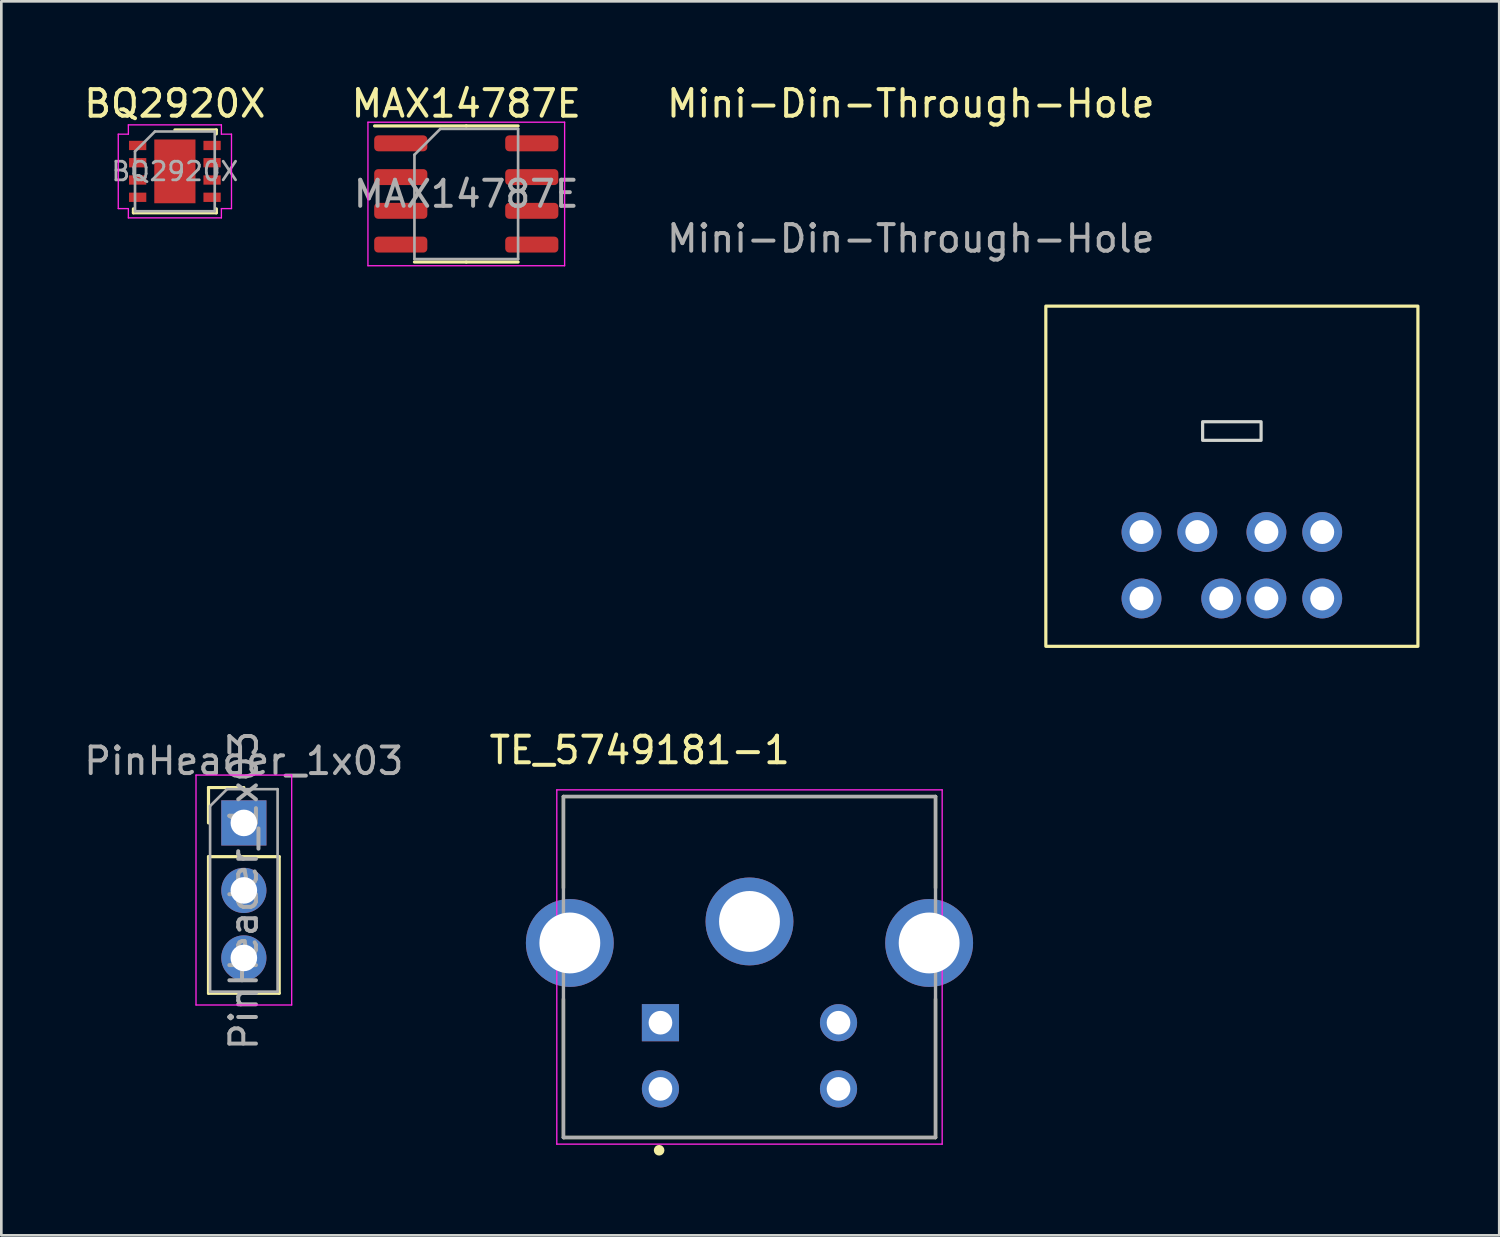
<source format=kicad_pcb>
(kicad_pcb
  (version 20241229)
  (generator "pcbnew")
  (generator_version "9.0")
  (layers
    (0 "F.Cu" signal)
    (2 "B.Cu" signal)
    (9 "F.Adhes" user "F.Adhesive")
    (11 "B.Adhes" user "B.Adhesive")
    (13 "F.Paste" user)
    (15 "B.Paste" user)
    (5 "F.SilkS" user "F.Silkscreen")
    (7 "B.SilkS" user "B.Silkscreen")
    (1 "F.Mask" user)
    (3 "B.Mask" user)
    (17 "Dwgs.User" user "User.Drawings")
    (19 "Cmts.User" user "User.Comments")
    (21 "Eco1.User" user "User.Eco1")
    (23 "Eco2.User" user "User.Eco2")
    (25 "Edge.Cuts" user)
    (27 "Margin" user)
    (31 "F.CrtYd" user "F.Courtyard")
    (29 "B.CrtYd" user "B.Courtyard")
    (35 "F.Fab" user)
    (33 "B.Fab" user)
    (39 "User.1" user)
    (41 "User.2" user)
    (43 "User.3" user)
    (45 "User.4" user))
  (footprint "TE_5749181-1"
    (layer "F.Cu")
    (at 25.15 35.43)
    (property "Reference" "TE_5749181-1" (at -4.132 -10.254 0) (layer "F.SilkS") (effects (font (size 1 1) (thickness 0.15))))
    (attr through_hole)
    (fp_line (start -7 -8.51) (end 7 -8.51) (stroke (width 0.127) (type solid)) (layer "F.SilkS"))
    (fp_line (start -7 -5.07) (end -7 -8.51) (stroke (width 0.127) (type solid)) (layer "F.SilkS"))
    (fp_line (start -7 -0.89) (end -7 4.32) (stroke (width 0.127) (type solid)) (layer "F.SilkS"))
    (fp_line (start -6.97 4.32) (end -7 4.32) (stroke (width 0.127) (type solid)) (layer "F.SilkS"))
    (fp_line (start 7 -5.07) (end 7 -8.51) (stroke (width 0.127) (type solid)) (layer "F.SilkS"))
    (fp_line (start 7 -0.89) (end 7 4.32) (stroke (width 0.127) (type solid)) (layer "F.SilkS"))
    (fp_line (start 7 4.32) (end -6.97 4.32) (stroke (width 0.127) (type solid)) (layer "F.SilkS"))
    (fp_circle (center -3.4 4.8) (end -3.3 4.8) (stroke (width 0.2) (type solid)) (fill no) (layer "F.SilkS"))
    (fp_line (start -7.25 -8.76) (end 7.25 -8.76) (stroke (width 0.05) (type solid)) (layer "F.CrtYd"))
    (fp_line (start -7.25 4.57) (end -7.25 -8.76) (stroke (width 0.05) (type solid)) (layer "F.CrtYd"))
    (fp_line (start 7.25 -8.76) (end 7.25 4.57) (stroke (width 0.05) (type solid)) (layer "F.CrtYd"))
    (fp_line (start 7.25 4.57) (end -7.25 4.57) (stroke (width 0.05) (type solid)) (layer "F.CrtYd"))
    (fp_line (start -7 -8.51) (end 7 -8.51) (stroke (width 0.127) (type solid)) (layer "F.Fab"))
    (fp_line (start -7 4.32) (end -7 -8.51) (stroke (width 0.127) (type solid)) (layer "F.Fab"))
    (fp_line (start 7 -8.51) (end 7 4.32) (stroke (width 0.127) (type solid)) (layer "F.Fab"))
    (fp_line (start 7 4.32) (end -7 4.32) (stroke (width 0.127) (type solid)) (layer "F.Fab"))
    (pad "1" thru_hole rect (at -3.35 0) (size 1.398 1.398) (drill 0.89) (layers "*.Cu" "*.Mask"))
    (pad "2" thru_hole circle (at 3.35 0) (size 1.398 1.398) (drill 0.89) (layers "*.Cu" "*.Mask"))
    (pad "3" thru_hole circle (at -3.35 2.49) (size 1.398 1.398) (drill 0.89) (layers "*.Cu" "*.Mask"))
    (pad "4" thru_hole circle (at 3.35 2.49) (size 1.398 1.398) (drill 0.89) (layers "*.Cu" "*.Mask"))
    (pad "5" thru_hole circle (at -6.76 -3) (size 3.306 3.306) (drill 2.29) (layers "*.Cu" "*.Mask"))
    (pad "5" thru_hole circle (at 0 -3.81) (size 3.306 3.306) (drill 2.29) (layers "*.Cu" "*.Mask"))
    (pad "5" thru_hole circle (at 6.76 -3) (size 3.306 3.306) (drill 2.29) (layers "*.Cu" "*.Mask")))
  (footprint "MAX14787E"
    (layer "F.Cu")
    (at 14.494 4.248)
    (property "Reference" "MAX14787E" (at 0 -3.4 0) (layer "F.SilkS") (effects (font (size 1 1) (thickness 0.15))))
    (attr smd)
    (fp_line (start 0 -2.56) (end -3.45 -2.56) (stroke (width 0.12) (type solid)) (layer "F.SilkS"))
    (fp_line (start 0 -2.56) (end 1.95 -2.56) (stroke (width 0.12) (type solid)) (layer "F.SilkS"))
    (fp_line (start 0 2.56) (end -1.95 2.56) (stroke (width 0.12) (type solid)) (layer "F.SilkS"))
    (fp_line (start 0 2.56) (end 1.95 2.56) (stroke (width 0.12) (type solid)) (layer "F.SilkS"))
    (fp_line (start -3.7 -2.7) (end -3.7 2.7) (stroke (width 0.05) (type solid)) (layer "F.CrtYd"))
    (fp_line (start -3.7 2.7) (end 3.7 2.7) (stroke (width 0.05) (type solid)) (layer "F.CrtYd"))
    (fp_line (start 3.7 -2.7) (end -3.7 -2.7) (stroke (width 0.05) (type solid)) (layer "F.CrtYd"))
    (fp_line (start 3.7 2.7) (end 3.7 -2.7) (stroke (width 0.05) (type solid)) (layer "F.CrtYd"))
    (fp_line (start -1.95 -1.475) (end -0.975 -2.45) (stroke (width 0.1) (type solid)) (layer "F.Fab"))
    (fp_line (start -1.95 2.45) (end -1.95 -1.475) (stroke (width 0.1) (type solid)) (layer "F.Fab"))
    (fp_line (start -0.975 -2.45) (end 1.95 -2.45) (stroke (width 0.1) (type solid)) (layer "F.Fab"))
    (fp_line (start 1.95 -2.45) (end 1.95 2.45) (stroke (width 0.1) (type solid)) (layer "F.Fab"))
    (fp_line (start 1.95 2.45) (end -1.95 2.45) (stroke (width 0.1) (type solid)) (layer "F.Fab"))
    (fp_text user "${REFERENCE}" (at 0 0 0) (layer "F.Fab") (effects (font (size 0.98 0.98) (thickness 0.15))))
    (pad "1" smd roundrect (at -2.465 -1.905) (size 2 0.6) (layers "F.Cu" "F.Mask" "F.Paste") (roundrect_rratio 0.25))
    (pad "2" smd roundrect (at -2.465 -0.635) (size 2 0.6) (layers "F.Cu" "F.Mask" "F.Paste") (roundrect_rratio 0.25))
    (pad "3" smd roundrect (at -2.465 0.635) (size 2 0.6) (layers "F.Cu" "F.Mask" "F.Paste") (roundrect_rratio 0.25))
    (pad "4" smd roundrect (at -2.465 1.905) (size 2 0.6) (layers "F.Cu" "F.Mask" "F.Paste") (roundrect_rratio 0.25))
    (pad "5" smd roundrect (at 2.465 1.905) (size 2 0.6) (layers "F.Cu" "F.Mask" "F.Paste") (roundrect_rratio 0.25))
    (pad "6" smd roundrect (at 2.465 0.635) (size 2 0.6) (layers "F.Cu" "F.Mask" "F.Paste") (roundrect_rratio 0.25))
    (pad "7" smd roundrect (at 2.465 -0.635) (size 2 0.6) (layers "F.Cu" "F.Mask" "F.Paste") (roundrect_rratio 0.25))
    (pad "8" smd roundrect (at 2.465 -1.905) (size 2 0.6) (layers "F.Cu" "F.Mask" "F.Paste") (roundrect_rratio 0.25)))
  (footprint "PinHeader_1x03"
    (layer "F.Cu")
    (at 6.125 27.913)
    (property "Reference" "PinHeader_1x03" (at 0 -2.33 0) (layer "F.Fab") (effects (font (size 1 1) (thickness 0.15))))
    (attr through_hole)
    (fp_line (start -1.33 -1.33) (end 0 -1.33) (stroke (width 0.12) (type solid)) (layer "F.SilkS"))
    (fp_line (start -1.33 0) (end -1.33 -1.33) (stroke (width 0.12) (type solid)) (layer "F.SilkS"))
    (fp_line (start -1.33 1.27) (end -1.33 6.41) (stroke (width 0.12) (type solid)) (layer "F.SilkS"))
    (fp_line (start -1.33 1.27) (end 1.33 1.27) (stroke (width 0.12) (type solid)) (layer "F.SilkS"))
    (fp_line (start -1.33 6.41) (end 1.33 6.41) (stroke (width 0.12) (type solid)) (layer "F.SilkS"))
    (fp_line (start 1.33 1.27) (end 1.33 6.41) (stroke (width 0.12) (type solid)) (layer "F.SilkS"))
    (fp_line (start -1.8 -1.8) (end -1.8 6.85) (stroke (width 0.05) (type solid)) (layer "F.CrtYd"))
    (fp_line (start -1.8 6.85) (end 1.8 6.85) (stroke (width 0.05) (type solid)) (layer "F.CrtYd"))
    (fp_line (start 1.8 -1.8) (end -1.8 -1.8) (stroke (width 0.05) (type solid)) (layer "F.CrtYd"))
    (fp_line (start 1.8 6.85) (end 1.8 -1.8) (stroke (width 0.05) (type solid)) (layer "F.CrtYd"))
    (fp_line (start -1.27 -0.635) (end -0.635 -1.27) (stroke (width 0.1) (type solid)) (layer "F.Fab"))
    (fp_line (start -1.27 6.35) (end -1.27 -0.635) (stroke (width 0.1) (type solid)) (layer "F.Fab"))
    (fp_line (start -0.635 -1.27) (end 1.27 -1.27) (stroke (width 0.1) (type solid)) (layer "F.Fab"))
    (fp_line (start 1.27 -1.27) (end 1.27 6.35) (stroke (width 0.1) (type solid)) (layer "F.Fab"))
    (fp_line (start 1.27 6.35) (end -1.27 6.35) (stroke (width 0.1) (type solid)) (layer "F.Fab"))
    (fp_text user "${REFERENCE}" (at 0 2.54 90) (layer "F.Fab") (effects (font (size 1 1) (thickness 0.15))))
    (pad "1" thru_hole rect (at 0 0) (size 1.7 1.7) (drill 1) (layers "*.Cu" "*.Mask"))
    (pad "2" thru_hole oval (at 0 2.54) (size 1.7 1.7) (drill 1) (layers "*.Cu" "*.Mask"))
    (pad "3" thru_hole oval (at 0 5.08) (size 1.7 1.7) (drill 1) (layers "*.Cu" "*.Mask")))
  (footprint "Mini-Din-Through-Hole"
    (layer "F.Cu")
    (at 36.3 8.468)
    (property "Reference" "Mini-Din-Through-Hole" (at -5.08 -7.62 0) (unlocked yes) (layer "F.SilkS") (effects (font (size 1 1) (thickness 0.15))))
    (attr through_hole)
    (fp_rect (start 0 0) (end 14 12.8) (stroke (width 0.12) (type solid)) (fill no) (layer "F.SilkS"))
    (fp_rect (start 5.9 4.35) (end 8.1 5.05) (stroke (width 0.12) (type solid)) (fill no) (layer "Edge.Cuts"))
    (fp_text user "${REFERENCE}" (at -5.08 -2.54 0) (unlocked yes) (layer "F.Fab") (effects (font (size 1 1) (thickness 0.15))))
    (pad "1" thru_hole circle (at 8.3 8.5) (size 1.5 1.5) (drill 0.9) (layers "*.Cu" "*.Mask"))
    (pad "2" thru_hole circle (at 5.7 8.5) (size 1.5 1.5) (drill 0.9) (layers "*.Cu" "*.Mask"))
    (pad "3" thru_hole circle (at 10.4 8.5) (size 1.5 1.5) (drill 0.9) (layers "*.Cu" "*.Mask"))
    (pad "4" thru_hole circle (at 8.3 11) (size 1.5 1.5) (drill 0.9) (layers "*.Cu" "*.Mask"))
    (pad "5" thru_hole circle (at 3.6 8.5) (size 1.5 1.5) (drill 0.9) (layers "*.Cu" "*.Mask"))
    (pad "6" thru_hole circle (at 10.4 11) (size 1.5 1.5) (drill 0.9) (layers "*.Cu" "*.Mask"))
    (pad "7" thru_hole circle (at 6.6 11) (size 1.5 1.5) (drill 0.9) (layers "*.Cu" "*.Mask"))
    (pad "8" thru_hole circle (at 3.6 11) (size 1.5 1.5) (drill 0.9) (layers "*.Cu" "*.Mask")))
  (footprint "BQ2920X"
    (layer "F.Cu")
    (at 3.53 3.398)
    (property "Reference" "BQ2920X" (at 0 -2.55 0) (layer "F.SilkS") (effects (font (size 1 1) (thickness 0.15))))
    (attr smd)
    (fp_line (start -1.56 1.56) (end -1.56 1.41) (stroke (width 0.12) (type solid)) (layer "F.SilkS"))
    (fp_line (start -1.56 1.56) (end 1.56 1.56) (stroke (width 0.12) (type solid)) (layer "F.SilkS"))
    (fp_line (start 0 -1.56) (end 1.56 -1.56) (stroke (width 0.12) (type solid)) (layer "F.SilkS"))
    (fp_line (start 1.56 -1.56) (end 1.56 -1.41) (stroke (width 0.12) (type solid)) (layer "F.SilkS"))
    (fp_line (start 1.56 1.56) (end 1.56 1.41) (stroke (width 0.12) (type solid)) (layer "F.SilkS"))
    (fp_line (start -2.13 -1.4) (end -2.13 1.4) (stroke (width 0.05) (type solid)) (layer "F.CrtYd"))
    (fp_line (start -1.75 -1.75) (end -1.75 -1.4) (stroke (width 0.05) (type solid)) (layer "F.CrtYd"))
    (fp_line (start -1.75 -1.75) (end 1.75 -1.75) (stroke (width 0.05) (type solid)) (layer "F.CrtYd"))
    (fp_line (start -1.75 -1.4) (end -2.13 -1.4) (stroke (width 0.05) (type solid)) (layer "F.CrtYd"))
    (fp_line (start -1.75 1.4) (end -2.13 1.4) (stroke (width 0.05) (type solid)) (layer "F.CrtYd"))
    (fp_line (start -1.75 1.75) (end -1.75 1.4) (stroke (width 0.05) (type solid)) (layer "F.CrtYd"))
    (fp_line (start -1.75 1.75) (end 1.75 1.75) (stroke (width 0.05) (type solid)) (layer "F.CrtYd"))
    (fp_line (start 1.75 -1.75) (end 1.75 -1.4) (stroke (width 0.05) (type solid)) (layer "F.CrtYd"))
    (fp_line (start 1.75 -1.4) (end 2.13 -1.4) (stroke (width 0.05) (type solid)) (layer "F.CrtYd"))
    (fp_line (start 1.75 1.4) (end 2.13 1.4) (stroke (width 0.05) (type solid)) (layer "F.CrtYd"))
    (fp_line (start 1.75 1.75) (end 1.75 1.4) (stroke (width 0.05) (type solid)) (layer "F.CrtYd"))
    (fp_line (start 2.13 -1.4) (end 2.13 1.4) (stroke (width 0.05) (type solid)) (layer "F.CrtYd"))
    (fp_line (start -1.5 -0.75) (end -0.75 -1.5) (stroke (width 0.1) (type solid)) (layer "F.Fab"))
    (fp_line (start -1.5 1.5) (end -1.5 -0.75) (stroke (width 0.1) (type solid)) (layer "F.Fab"))
    (fp_line (start -0.75 -1.5) (end 1.5 -1.5) (stroke (width 0.1) (type solid)) (layer "F.Fab"))
    (fp_line (start 1.5 -1.5) (end 1.5 1.5) (stroke (width 0.1) (type solid)) (layer "F.Fab"))
    (fp_line (start 1.5 1.5) (end -1.5 1.5) (stroke (width 0.1) (type solid)) (layer "F.Fab"))
    (fp_text user "${REFERENCE}" (at 0 0 0) (layer "F.Fab") (effects (font (size 0.7 0.7) (thickness 0.105))))
    (pad "" smd rect (at -0.388 -0.6) (size 0.6 1) (layers "F.Paste"))
    (pad "" smd rect (at -0.388 0.6) (size 0.6 1) (layers "F.Paste"))
    (pad "" smd rect (at 0.388 -0.6) (size 0.6 1) (layers "F.Paste"))
    (pad "" smd rect (at 0.388 0.6) (size 0.6 1) (layers "F.Paste"))
    (pad "1" smd rect (at -1.4 -0.975) (size 0.65 0.35) (layers "F.Cu" "F.Mask" "F.Paste"))
    (pad "2" smd rect (at -1.4 -0.325) (size 0.65 0.35) (layers "F.Cu" "F.Mask" "F.Paste"))
    (pad "3" smd rect (at -1.4 0.325) (size 0.65 0.35) (layers "F.Cu" "F.Mask" "F.Paste"))
    (pad "4" smd rect (at -1.4 0.975) (size 0.65 0.35) (layers "F.Cu" "F.Mask" "F.Paste"))
    (pad "5" smd rect (at 1.4 0.975) (size 0.65 0.35) (layers "F.Cu" "F.Mask" "F.Paste"))
    (pad "6" smd rect (at 1.4 0.325) (size 0.65 0.35) (layers "F.Cu" "F.Mask" "F.Paste"))
    (pad "7" smd rect (at 1.4 -0.325) (size 0.65 0.35) (layers "F.Cu" "F.Mask" "F.Paste"))
    (pad "8" smd rect (at 1.4 -0.975) (size 0.65 0.35) (layers "F.Cu" "F.Mask" "F.Paste"))
    (pad "9" smd rect (at 0 0) (size 1.55 2.4) (layers "F.Cu" "F.Mask")))
  (gr_rect
    (start -3 -3)
    (end 53.36 43.43)
    (stroke (width 0.1) (type default))
    (fill no)
    (layer "Edge.Cuts")))
</source>
